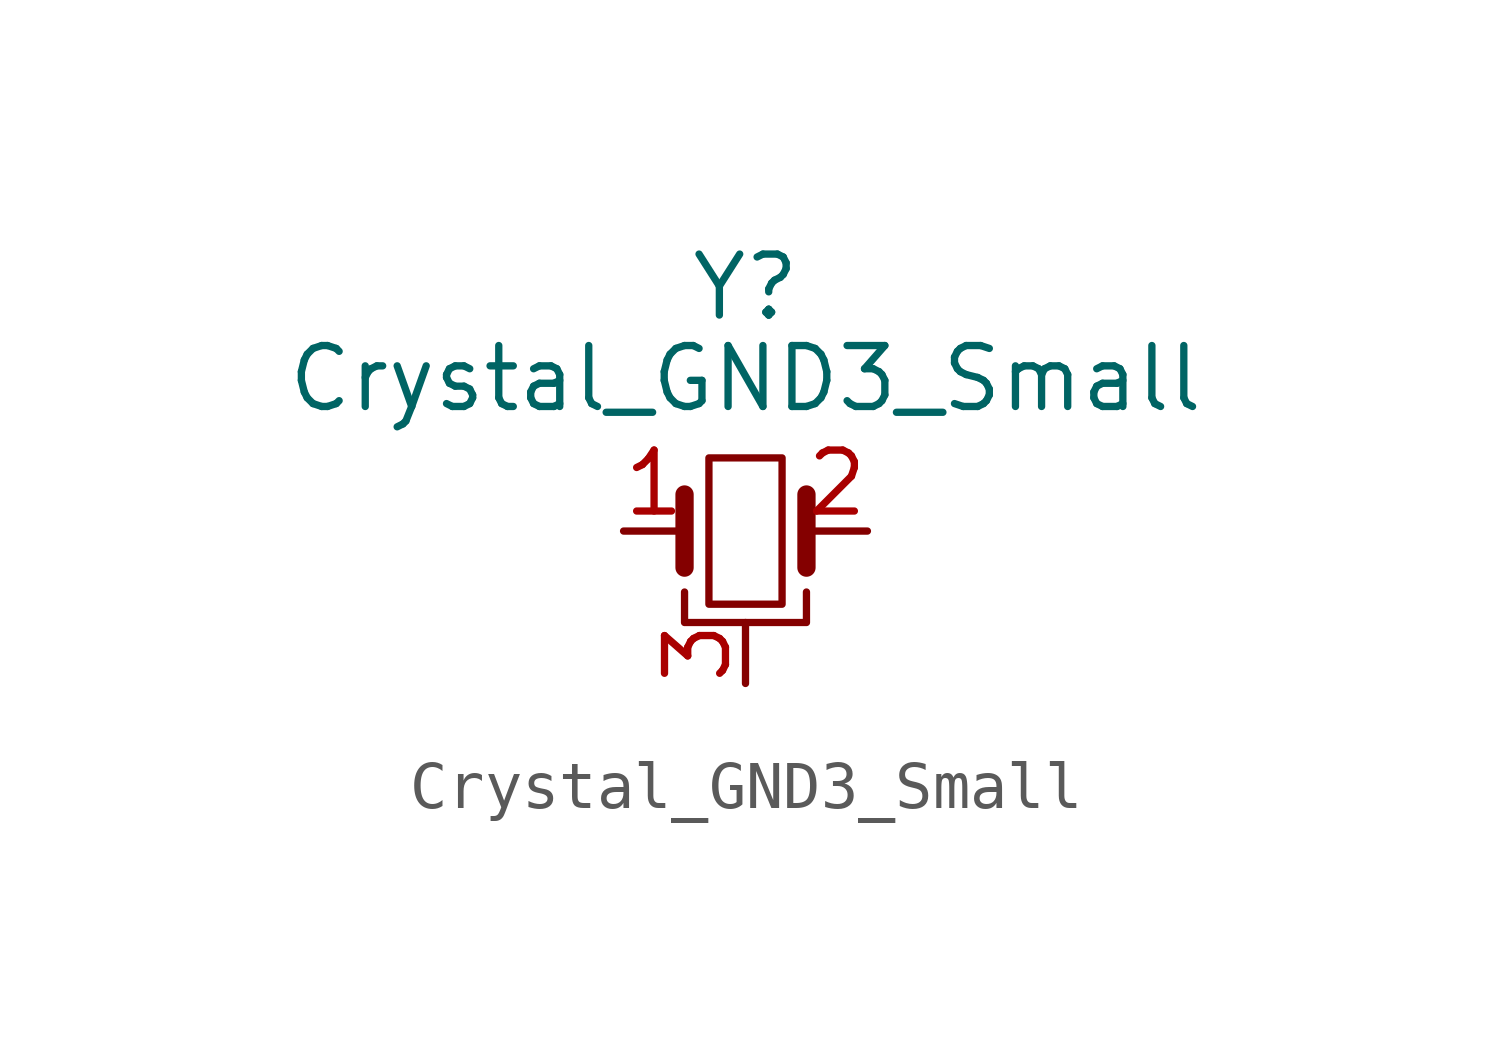
<source format=kicad_sym>
(kicad_symbol_lib
  (version 20211014)
  (generator kicad_symbol_editor)
  (symbol "Crystal_GND3_Small"
    (pin_names
      (offset 1.016) hide)
    (property "Reference" "Y"
      (at 0 5.08 0)
      (effects (font (size 1.27 1.27))))
    (property "Value" "Crystal_GND3_Small"
      (at 0 3.175 0)
      (effects (font (size 1.27 1.27))))
    (symbol "Crystal_GND3_Small_0_1"
      (rectangle (start -0.762 -1.524) (end 0.762 1.524) (stroke (width 0) (type default) (color 0 0 0 0)) (fill (type none)))
      (polyline (pts (xy -1.27 -0.762) (xy -1.27 0.762)) (stroke (width 0.381) (type default) (color 0 0 0 0)) (fill (type none)))
      (polyline (pts (xy 1.27 -0.762) (xy 1.27 0.762)) (stroke (width 0.381) (type default) (color 0 0 0 0)) (fill (type none)))
      (polyline (pts (xy -1.27 -1.27) (xy -1.27 -1.905) (xy 1.27 -1.905) (xy 1.27 -1.27)) (stroke (width 0) (type default) (color 0 0 0 0)) (fill (type none))))
    (symbol "Crystal_GND3_Small_1_1"
      (pin passive line (at -2.54 0 0) (length 1.27) (name "1" (effects (font (size 1.27 1.27)))) (number "1" (effects (font (size 1.27 1.27)))))
      (pin passive line (at 2.54 0 180) (length 1.27) (name "2" (effects (font (size 1.27 1.27)))) (number "2" (effects (font (size 1.27 1.27)))))
      (pin passive line (at 0 -3.175 90) (length 1.27) (name "3" (effects (font (size 1.27 1.27)))) (number "3" (effects (font (size 1.27 1.27))))))))
</source>
